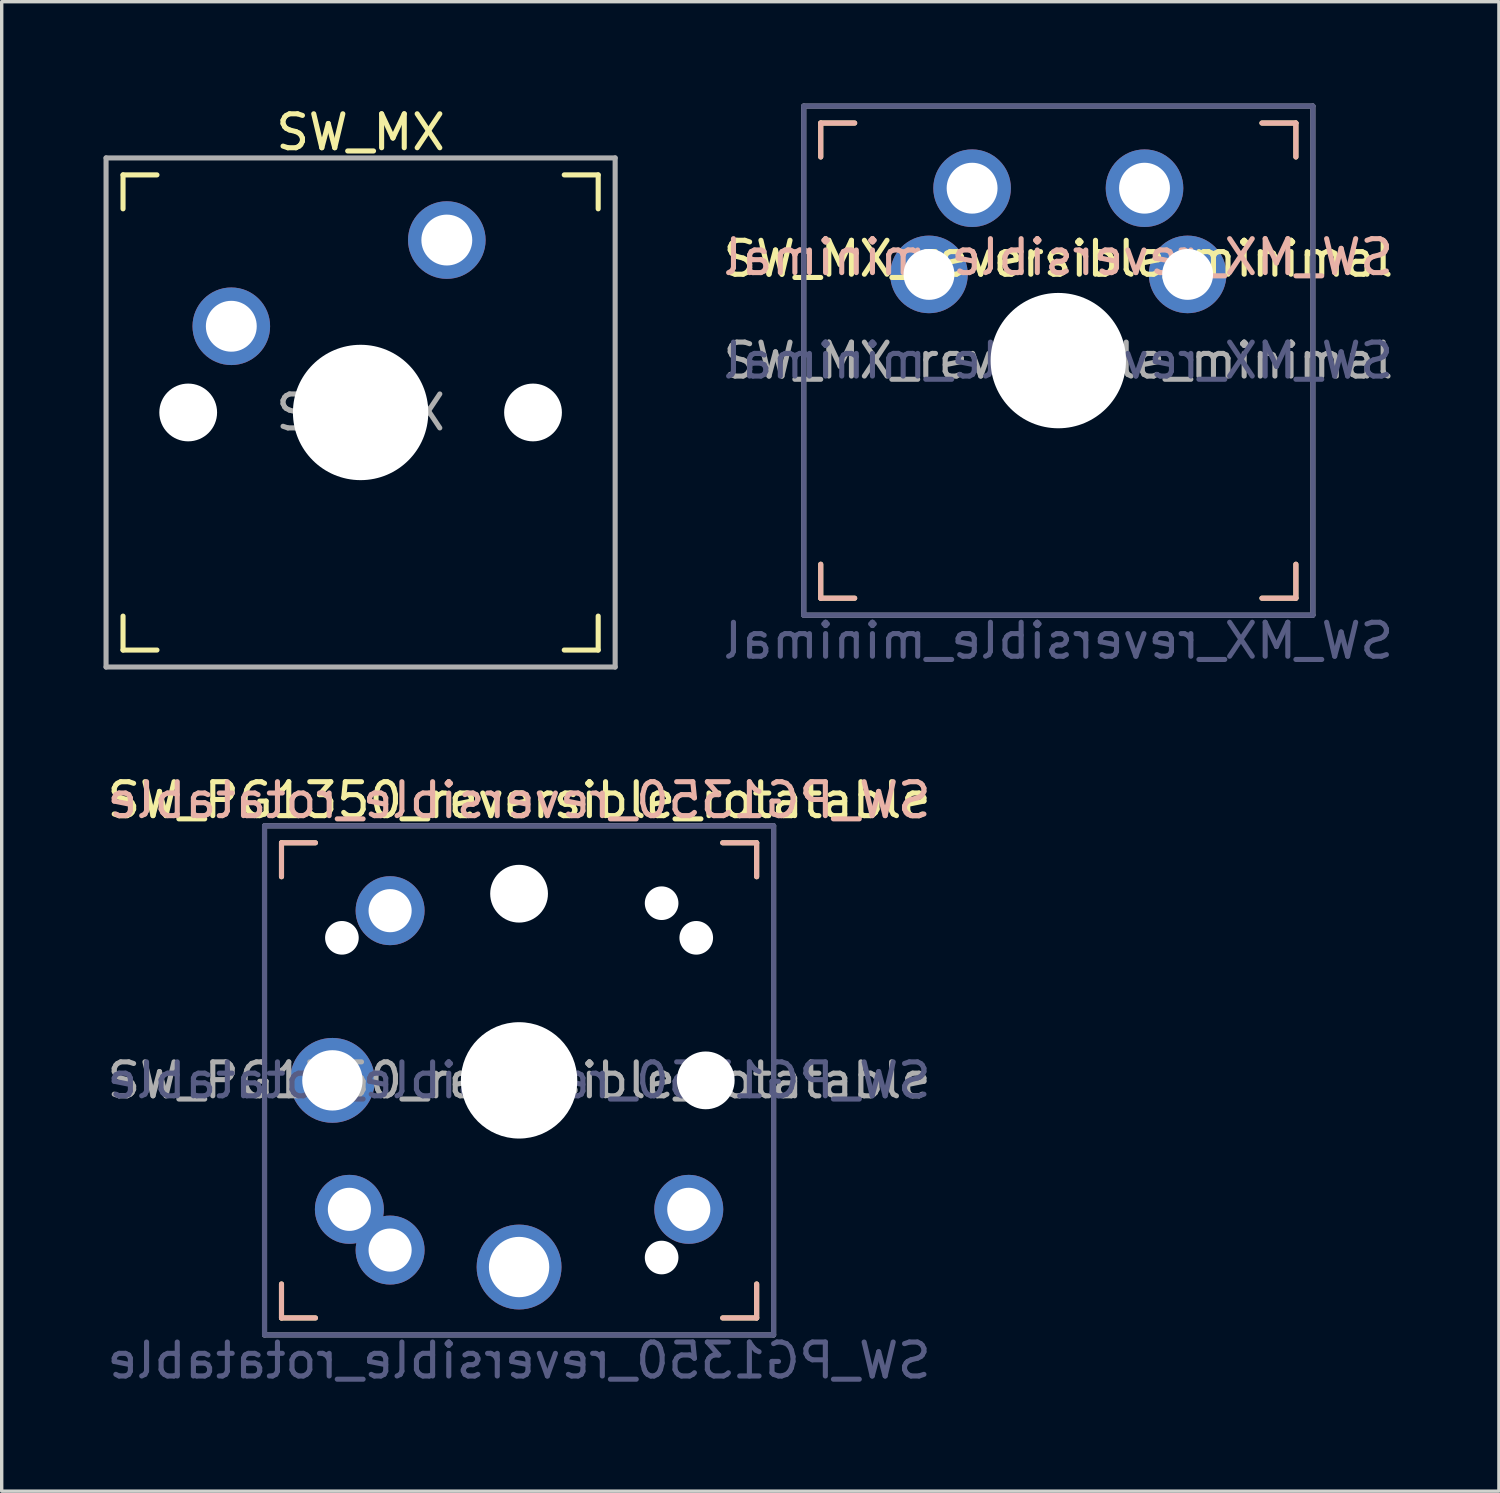
<source format=kicad_pcb>
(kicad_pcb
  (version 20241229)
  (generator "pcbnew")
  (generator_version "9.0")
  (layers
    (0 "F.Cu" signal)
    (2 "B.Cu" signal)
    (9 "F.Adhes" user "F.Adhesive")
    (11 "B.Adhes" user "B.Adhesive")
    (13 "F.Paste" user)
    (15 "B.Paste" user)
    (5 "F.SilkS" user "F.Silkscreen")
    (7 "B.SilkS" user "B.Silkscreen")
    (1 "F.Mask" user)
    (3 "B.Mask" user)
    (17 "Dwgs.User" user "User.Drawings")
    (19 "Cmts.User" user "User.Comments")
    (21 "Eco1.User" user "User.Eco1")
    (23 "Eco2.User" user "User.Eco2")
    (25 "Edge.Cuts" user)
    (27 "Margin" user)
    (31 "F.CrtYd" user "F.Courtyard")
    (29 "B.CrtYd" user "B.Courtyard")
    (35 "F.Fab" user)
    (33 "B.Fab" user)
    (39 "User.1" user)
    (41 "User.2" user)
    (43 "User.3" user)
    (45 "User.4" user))
  (footprint "SW_MX"
    (layer "F.Cu")
    (at 7.575 9.103)
    (property "Reference" "SW_MX" (at 0 -8.255 0) (layer "F.SilkS") (effects (font (size 1 1) (thickness 0.15))))
    (attr through_hole)
    (fp_line (start -7 -6) (end -7 -7) (stroke (width 0.15) (type solid)) (layer "F.SilkS"))
    (fp_line (start -7 7) (end -7 6) (stroke (width 0.15) (type solid)) (layer "F.SilkS"))
    (fp_line (start -7 7) (end -6 7) (stroke (width 0.15) (type solid)) (layer "F.SilkS"))
    (fp_line (start -6 -7) (end -7 -7) (stroke (width 0.15) (type solid)) (layer "F.SilkS"))
    (fp_line (start 6 7) (end 7 7) (stroke (width 0.15) (type solid)) (layer "F.SilkS"))
    (fp_line (start 7 -7) (end 6 -7) (stroke (width 0.15) (type solid)) (layer "F.SilkS"))
    (fp_line (start 7 -7) (end 7 -6) (stroke (width 0.15) (type solid)) (layer "F.SilkS"))
    (fp_line (start 7 6) (end 7 7) (stroke (width 0.15) (type solid)) (layer "F.SilkS"))
    (fp_line (start -6.9 6.9) (end -6.9 -6.9) (stroke (width 0.15) (type solid)) (layer "Eco2.User"))
    (fp_line (start -6.9 6.9) (end 6.9 6.9) (stroke (width 0.15) (type solid)) (layer "Eco2.User"))
    (fp_line (start 6.9 -6.9) (end -6.9 -6.9) (stroke (width 0.15) (type solid)) (layer "Eco2.User"))
    (fp_line (start 6.9 -6.9) (end 6.9 6.9) (stroke (width 0.15) (type solid)) (layer "Eco2.User"))
    (fp_line (start -7.5 -7.5) (end 7.5 -7.5) (stroke (width 0.15) (type solid)) (layer "F.Fab"))
    (fp_line (start -7.5 7.5) (end -7.5 -7.5) (stroke (width 0.15) (type solid)) (layer "F.Fab"))
    (fp_line (start 7.5 -7.5) (end 7.5 7.5) (stroke (width 0.15) (type solid)) (layer "F.Fab"))
    (fp_line (start 7.5 7.5) (end -7.5 7.5) (stroke (width 0.15) (type solid)) (layer "F.Fab"))
    (fp_text user "${REFERENCE}" (at 0 0 0) (layer "F.Fab") (effects (font (size 1 1) (thickness 0.15))))
    (pad "" np_thru_hole circle (at -5.08 0) (size 1.702 1.702) (drill 1.702) (layers "*.Cu" "*.Mask"))
    (pad "" np_thru_hole circle (at 0 0) (size 3.988 3.988) (drill 3.988) (layers "*.Cu" "*.Mask"))
    (pad "" np_thru_hole circle (at 5.08 0) (size 1.702 1.702) (drill 1.702) (layers "*.Cu" "*.Mask"))
    (pad "1" thru_hole circle (at 2.54 -5.08) (size 2.286 2.286) (drill 1.499) (layers "*.Cu" "*.Mask"))
    (pad "2" thru_hole circle (at -3.81 -2.54) (size 2.286 2.286) (drill 1.499) (layers "*.Cu" "*.Mask")))
  (footprint "SW_PG1350_reversible_rotatable"
    (layer "F.Cu")
    (at 12.244 28.782)
    (property "Reference" "SW_PG1350_reversible_rotatable" (at 0 -8.255 0) (layer "F.SilkS") (effects (font (size 1 1) (thickness 0.15))))
    (property "Value" "SW_PG1350_reversible_rotatable" (at 0 8.255 0) (layer "F.Fab") (hide yes) (effects (font (size 1 1) (thickness 0.15))))
    (attr through_hole)
    (fp_line (start -7 -7) (end -6 -7) (stroke (width 0.15) (type solid)) (layer "F.SilkS"))
    (fp_line (start -7 -6) (end -7 -7) (stroke (width 0.15) (type solid)) (layer "F.SilkS"))
    (fp_line (start -7 7) (end -7 6) (stroke (width 0.15) (type solid)) (layer "F.SilkS"))
    (fp_line (start -6 7) (end -7 7) (stroke (width 0.15) (type solid)) (layer "F.SilkS"))
    (fp_line (start 6 -7) (end 7 -7) (stroke (width 0.15) (type solid)) (layer "F.SilkS"))
    (fp_line (start 7 -7) (end 7 -6) (stroke (width 0.15) (type solid)) (layer "F.SilkS"))
    (fp_line (start 7 6) (end 7 7) (stroke (width 0.15) (type solid)) (layer "F.SilkS"))
    (fp_line (start 7 7) (end 6 7) (stroke (width 0.15) (type solid)) (layer "F.SilkS"))
    (fp_line (start -7 -7) (end -6 -7) (stroke (width 0.15) (type solid)) (layer "B.SilkS"))
    (fp_line (start -7 -6) (end -7 -7) (stroke (width 0.15) (type solid)) (layer "B.SilkS"))
    (fp_line (start -7 7) (end -7 6) (stroke (width 0.15) (type solid)) (layer "B.SilkS"))
    (fp_line (start -6 7) (end -7 7) (stroke (width 0.15) (type solid)) (layer "B.SilkS"))
    (fp_line (start 6 -7) (end 7 -7) (stroke (width 0.15) (type solid)) (layer "B.SilkS"))
    (fp_line (start 7 -7) (end 7 -6) (stroke (width 0.15) (type solid)) (layer "B.SilkS"))
    (fp_line (start 7 6) (end 7 7) (stroke (width 0.15) (type solid)) (layer "B.SilkS"))
    (fp_line (start 7 7) (end 6 7) (stroke (width 0.15) (type solid)) (layer "B.SilkS"))
    (fp_line (start -6.9 6.9) (end -6.9 -6.9) (stroke (width 0.15) (type solid)) (layer "Eco2.User"))
    (fp_line (start -6.9 6.9) (end 6.9 6.9) (stroke (width 0.15) (type solid)) (layer "Eco2.User"))
    (fp_line (start -2.6 -3.1) (end -2.6 -6.3) (stroke (width 0.15) (type solid)) (layer "Eco2.User"))
    (fp_line (start -2.6 -3.1) (end 2.6 -3.1) (stroke (width 0.15) (type solid)) (layer "Eco2.User"))
    (fp_line (start 2.6 -6.3) (end -2.6 -6.3) (stroke (width 0.15) (type solid)) (layer "Eco2.User"))
    (fp_line (start 2.6 -3.1) (end 2.6 -6.3) (stroke (width 0.15) (type solid)) (layer "Eco2.User"))
    (fp_line (start 6.9 -6.9) (end -6.9 -6.9) (stroke (width 0.15) (type solid)) (layer "Eco2.User"))
    (fp_line (start 6.9 -6.9) (end 6.9 6.9) (stroke (width 0.15) (type solid)) (layer "Eco2.User"))
    (fp_line (start -7.5 -7.5) (end 7.5 -7.5) (stroke (width 0.15) (type solid)) (layer "B.Fab"))
    (fp_line (start -7.5 7.5) (end -7.5 -7.5) (stroke (width 0.15) (type solid)) (layer "B.Fab"))
    (fp_line (start 7.5 -7.5) (end 7.5 7.5) (stroke (width 0.15) (type solid)) (layer "B.Fab"))
    (fp_line (start 7.5 7.5) (end -7.5 7.5) (stroke (width 0.15) (type solid)) (layer "B.Fab"))
    (fp_line (start -7.5 -7.5) (end 7.5 -7.5) (stroke (width 0.15) (type solid)) (layer "F.Fab"))
    (fp_line (start -7.5 7.5) (end -7.5 -7.5) (stroke (width 0.15) (type solid)) (layer "F.Fab"))
    (fp_line (start 7.5 -7.5) (end 7.5 7.5) (stroke (width 0.15) (type solid)) (layer "F.Fab"))
    (fp_line (start 7.5 7.5) (end -7.5 7.5) (stroke (width 0.15) (type solid)) (layer "F.Fab"))
    (fp_text user "${REFERENCE}" (at 0 -8.255 0) (layer "B.SilkS") (effects (font (size 1 1) (thickness 0.15)) (justify mirror)))
    (fp_text user "${VALUE}" (at 0 8.255 0) (layer "B.Fab") (effects (font (size 1 1) (thickness 0.15)) (justify mirror)))
    (fp_text user "${REFERENCE}" (at 0 0 0) (layer "B.Fab") (effects (font (size 1 1) (thickness 0.15)) (justify mirror)))
    (fp_text user "${REFERENCE}" (at 0 0 0) (layer "F.Fab") (effects (font (size 1 1) (thickness 0.15))))
    (pad "" np_thru_hole circle (at -5.22 -4.2) (size 0.991 0.991) (drill 0.991) (layers "*.Cu" "*.Mask"))
    (pad "" np_thru_hole circle (at 0 -5.5) (size 1.702 1.702) (drill 1.702) (layers "*.Cu" "*.Mask"))
    (pad "" np_thru_hole circle (at 0 0) (size 3.429 3.429) (drill 3.429) (layers "*.Cu" "*.Mask"))
    (pad "" np_thru_hole circle (at 4.2 -5.22) (size 0.991 0.991) (drill 0.991) (layers "*.Cu" "*.Mask"))
    (pad "" np_thru_hole circle (at 4.2 5.22) (size 0.991 0.991) (drill 0.991) (layers "*.Cu" "*.Mask"))
    (pad "" np_thru_hole circle (at 5.22 -4.2) (size 0.991 0.991) (drill 0.991) (layers "*.Cu" "*.Mask"))
    (pad "" np_thru_hole circle (at 5.5 0) (size 1.702 1.702) (drill 1.702) (layers "*.Cu" "*.Mask"))
    (pad "1" thru_hole circle (at -5.5 0) (size 2.5 2.5) (drill 1.778) (layers "*.Cu" "*.Mask"))
    (pad "1" thru_hole circle (at 0 5.5) (size 2.5 2.5) (drill 1.778) (layers "*.Cu" "*.Mask"))
    (pad "2" thru_hole circle (at -5 3.8) (size 2.032 2.032) (drill 1.27) (layers "*.Cu" "*.Mask"))
    (pad "2" thru_hole circle (at -3.8 -5) (size 2.032 2.032) (drill 1.27) (layers "*.Cu" "*.Mask"))
    (pad "2" thru_hole circle (at -3.8 5) (size 2.032 2.032) (drill 1.27) (layers "*.Cu" "*.Mask"))
    (pad "2" thru_hole circle (at 5 3.8) (size 2.032 2.032) (drill 1.27) (layers "*.Cu" "*.Mask")))
  (footprint "SW_MX_reversible_minimal"
    (layer "F.Cu")
    (at 28.132 7.575)
    (property "Reference" "SW_MX_reversible_minimal" (at 0 -3 0) (layer "F.SilkS") (effects (font (size 1 1) (thickness 0.15))))
    (property "Value" "SW_MX_reversible_minimal" (at 0 8.255 0) (layer "F.Fab") (hide yes) (effects (font (size 1 1) (thickness 0.15))))
    (attr through_hole)
    (fp_line (start -7 -7) (end -6 -7) (stroke (width 0.15) (type solid)) (layer "F.SilkS"))
    (fp_line (start -7 -6) (end -7 -7) (stroke (width 0.15) (type solid)) (layer "F.SilkS"))
    (fp_line (start -7 7) (end -7 6) (stroke (width 0.15) (type solid)) (layer "F.SilkS"))
    (fp_line (start -6 7) (end -7 7) (stroke (width 0.15) (type solid)) (layer "F.SilkS"))
    (fp_line (start 6 -7) (end 7 -7) (stroke (width 0.15) (type solid)) (layer "F.SilkS"))
    (fp_line (start 7 -7) (end 7 -6) (stroke (width 0.15) (type solid)) (layer "F.SilkS"))
    (fp_line (start 7 6) (end 7 7) (stroke (width 0.15) (type solid)) (layer "F.SilkS"))
    (fp_line (start 7 7) (end 6 7) (stroke (width 0.15) (type solid)) (layer "F.SilkS"))
    (fp_line (start -7 -7) (end -6 -7) (stroke (width 0.15) (type solid)) (layer "B.SilkS"))
    (fp_line (start -7 -6) (end -7 -7) (stroke (width 0.15) (type solid)) (layer "B.SilkS"))
    (fp_line (start -7 7) (end -7 6) (stroke (width 0.15) (type solid)) (layer "B.SilkS"))
    (fp_line (start -6 7) (end -7 7) (stroke (width 0.15) (type solid)) (layer "B.SilkS"))
    (fp_line (start 6 -7) (end 7 -7) (stroke (width 0.15) (type solid)) (layer "B.SilkS"))
    (fp_line (start 7 -7) (end 7 -6) (stroke (width 0.15) (type solid)) (layer "B.SilkS"))
    (fp_line (start 7 6) (end 7 7) (stroke (width 0.15) (type solid)) (layer "B.SilkS"))
    (fp_line (start 7 7) (end 6 7) (stroke (width 0.15) (type solid)) (layer "B.SilkS"))
    (fp_line (start -6.9 6.9) (end -6.9 -6.9) (stroke (width 0.15) (type solid)) (layer "Eco2.User"))
    (fp_line (start -6.9 6.9) (end 6.9 6.9) (stroke (width 0.15) (type solid)) (layer "Eco2.User"))
    (fp_line (start 6.9 -6.9) (end -6.9 -6.9) (stroke (width 0.15) (type solid)) (layer "Eco2.User"))
    (fp_line (start 6.9 -6.9) (end 6.9 6.9) (stroke (width 0.15) (type solid)) (layer "Eco2.User"))
    (fp_line (start -7.5 -7.5) (end 7.5 -7.5) (stroke (width 0.15) (type solid)) (layer "B.Fab"))
    (fp_line (start -7.5 7.5) (end -7.5 -7.5) (stroke (width 0.15) (type solid)) (layer "B.Fab"))
    (fp_line (start 7.5 -7.5) (end 7.5 7.5) (stroke (width 0.15) (type solid)) (layer "B.Fab"))
    (fp_line (start 7.5 7.5) (end -7.5 7.5) (stroke (width 0.15) (type solid)) (layer "B.Fab"))
    (fp_line (start -7.5 -7.5) (end 7.5 -7.5) (stroke (width 0.15) (type solid)) (layer "F.Fab"))
    (fp_line (start -7.5 7.5) (end -7.5 -7.5) (stroke (width 0.15) (type solid)) (layer "F.Fab"))
    (fp_line (start 7.5 -7.5) (end 7.5 7.5) (stroke (width 0.15) (type solid)) (layer "F.Fab"))
    (fp_line (start 7.5 7.5) (end -7.5 7.5) (stroke (width 0.15) (type solid)) (layer "F.Fab"))
    (fp_text user "${REFERENCE}" (at 0 -3.048 0) (layer "B.SilkS") (effects (font (size 1 1) (thickness 0.15)) (justify mirror)))
    (fp_text user "${VALUE}" (at 0 8.255 0) (layer "B.Fab") (effects (font (size 1 1) (thickness 0.15)) (justify mirror)))
    (fp_text user "${REFERENCE}" (at 0 0 0) (layer "B.Fab") (effects (font (size 1 1) (thickness 0.15)) (justify mirror)))
    (fp_text user "${REFERENCE}" (at 0 0 0) (layer "F.Fab") (effects (font (size 1 1) (thickness 0.15))))
    (pad "" np_thru_hole circle (at 0 0) (size 3.988 3.988) (drill 3.988) (layers "*.Cu" "*.Mask"))
    (pad "1" thru_hole circle (at -3.81 -2.54) (size 2.286 2.286) (drill 1.499) (layers "*.Cu" "*.Mask"))
    (pad "1" thru_hole circle (at -2.54 -5.08) (size 2.286 2.286) (drill 1.499) (layers "*.Cu" "*.Mask"))
    (pad "2" thru_hole circle (at 2.54 -5.08) (size 2.286 2.286) (drill 1.499) (layers "*.Cu" "*.Mask"))
    (pad "2" thru_hole circle (at 3.81 -2.54) (size 2.286 2.286) (drill 1.499) (layers "*.Cu" "*.Mask")))
  (gr_rect
    (start -3 -3)
    (end 41.114 40.885)
    (stroke (width 0.1) (type default))
    (fill no)
    (layer "Edge.Cuts")))
</source>
